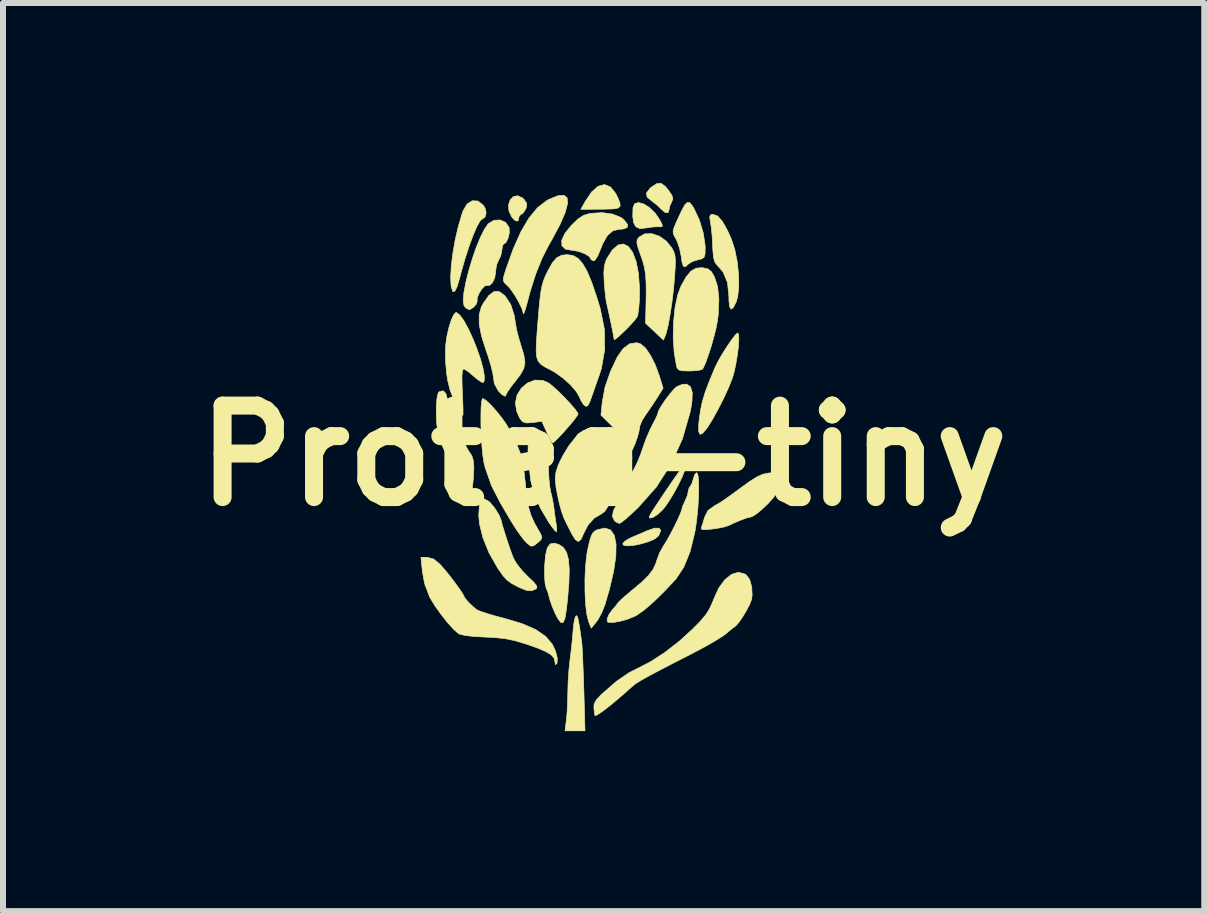
<source format=kicad_pcb>
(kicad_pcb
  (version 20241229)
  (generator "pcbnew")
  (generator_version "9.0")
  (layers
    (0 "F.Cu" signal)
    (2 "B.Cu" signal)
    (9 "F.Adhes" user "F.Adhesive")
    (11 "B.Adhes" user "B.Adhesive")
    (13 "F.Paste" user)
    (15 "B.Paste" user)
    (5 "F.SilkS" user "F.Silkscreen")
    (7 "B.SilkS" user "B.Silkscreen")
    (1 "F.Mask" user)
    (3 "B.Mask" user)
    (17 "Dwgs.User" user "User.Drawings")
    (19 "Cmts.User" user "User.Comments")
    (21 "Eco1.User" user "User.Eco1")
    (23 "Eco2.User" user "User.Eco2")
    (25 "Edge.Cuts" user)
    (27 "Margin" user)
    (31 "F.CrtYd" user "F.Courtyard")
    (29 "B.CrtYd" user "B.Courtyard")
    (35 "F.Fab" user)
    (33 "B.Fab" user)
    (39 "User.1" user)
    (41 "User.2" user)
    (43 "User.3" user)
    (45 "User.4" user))
  (footprint "Protea-tiny"
    (layer "F.Cu")
    (at 7.01 4.545)
    (property "Reference" "Protea-tiny" (at 0 0 0) (layer "F.SilkS") (effects (font (size 1.524 1.524) (thickness 0.3))))
    (attr through_hole)
    (fp_poly (pts (xy 0.114 -4.479) (xy 0.202 -4.371) (xy 0.24 -4.293) (xy 0.272 -4.212) (xy 0.276 -4.159) (xy 0.243 -4.128) (xy 0.164 -4.113) (xy 0.028 -4.109) (xy -0.048 -4.108) (xy -0.379 -4.106) (xy -0.309 -4.232) (xy -0.2 -4.395) (xy -0.09 -4.491) (xy 0.015 -4.519) (xy 0.114 -4.479)) (stroke (width 0.01) (type solid)) (fill yes) (layer "F.SilkS"))
    (fp_poly (pts (xy -1.35 -4.295) (xy -1.323 -4.268) (xy -1.28 -4.202) (xy -1.29 -4.131) (xy -1.299 -4.11) (xy -1.34 -4.045) (xy -1.375 -4.022) (xy -1.407 -3.993) (xy -1.411 -3.971) (xy -1.427 -3.912) (xy -1.47 -3.915) (xy -1.526 -3.97) (xy -1.577 -4.075) (xy -1.585 -4.176) (xy -1.558 -4.261) (xy -1.504 -4.318) (xy -1.432 -4.333) (xy -1.35 -4.295)) (stroke (width 0.01) (type solid)) (fill yes) (layer "F.SilkS"))
    (fp_poly (pts (xy 0.926 1.208) (xy 0.953 1.247) (xy 0.924 1.32) (xy 0.907 1.344) (xy 0.847 1.39) (xy 0.75 1.432) (xy 0.632 1.468) (xy 0.512 1.493) (xy 0.408 1.503) (xy 0.338 1.494) (xy 0.318 1.471) (xy 0.347 1.431) (xy 0.423 1.383) (xy 0.467 1.362) (xy 0.589 1.31) (xy 0.704 1.26) (xy 0.729 1.249) (xy 0.849 1.208) (xy 0.926 1.208)) (stroke (width 0.01) (type solid)) (fill yes) (layer "F.SilkS"))
    (fp_poly (pts (xy 1.029 -4.487) (xy 1.081 -4.424) (xy 1.139 -4.339) (xy 1.155 -4.281) (xy 1.135 -4.231) (xy 1.101 -4.154) (xy 1.094 -4.112) (xy 1.076 -4.052) (xy 1.028 -4.051) (xy 0.967 -4.104) (xy 0.885 -4.182) (xy 0.803 -4.244) (xy 0.724 -4.313) (xy 0.715 -4.381) (xy 0.774 -4.457) (xy 0.799 -4.478) (xy 0.888 -4.536) (xy 0.959 -4.54) (xy 1.029 -4.487)) (stroke (width 0.01) (type solid)) (fill yes) (layer "F.SilkS"))
    (fp_poly (pts (xy 0.667 -4.196) (xy 0.762 -4.137) (xy 0.856 -4.047) (xy 0.918 -3.96) (xy 0.968 -3.871) (xy 0.982 -3.827) (xy 0.957 -3.814) (xy 0.908 -3.816) (xy 0.819 -3.812) (xy 0.71 -3.796) (xy 0.703 -3.795) (xy 0.604 -3.786) (xy 0.543 -3.813) (xy 0.531 -3.825) (xy 0.499 -3.889) (xy 0.486 -3.99) (xy 0.49 -4.134) (xy 0.518 -4.2) (xy 0.581 -4.219) (xy 0.667 -4.196)) (stroke (width 0.01) (type solid)) (fill yes) (layer "F.SilkS"))
    (fp_poly (pts (xy 1.353 0.204) (xy 1.349 0.252) (xy 1.314 0.344) (xy 1.257 0.463) (xy 1.187 0.595) (xy 1.111 0.724) (xy 1.038 0.834) (xy 0.981 0.905) (xy 0.9 0.979) (xy 0.826 1.027) (xy 0.808 1.034) (xy 0.763 1.039) (xy 0.767 1.005) (xy 0.782 0.975) (xy 0.815 0.92) (xy 0.878 0.823) (xy 0.961 0.698) (xy 1.053 0.562) (xy 1.144 0.428) (xy 1.224 0.313) (xy 1.283 0.23) (xy 1.307 0.2) (xy 1.345 0.194) (xy 1.353 0.204)) (stroke (width 0.01) (type solid)) (fill yes) (layer "F.SilkS"))
    (fp_poly (pts (xy 0.117 1.238) (xy 0.179 1.329) (xy 0.208 1.476) (xy 0.204 1.676) (xy 0.167 1.928) (xy 0.097 2.229) (xy 0.021 2.487) (xy -0.029 2.614) (xy -0.093 2.731) (xy -0.12 2.769) (xy -0.206 2.875) (xy -0.248 2.769) (xy -0.279 2.647) (xy -0.3 2.474) (xy -0.31 2.269) (xy -0.311 2.049) (xy -0.3 1.834) (xy -0.279 1.643) (xy -0.266 1.57) (xy -0.233 1.424) (xy -0.204 1.332) (xy -0.172 1.277) (xy -0.129 1.245) (xy -0.105 1.234) (xy 0.022 1.206) (xy 0.117 1.238)) (stroke (width 0.01) (type solid)) (fill yes) (layer "F.SilkS"))
    (fp_poly (pts (xy -0.743 1.481) (xy -0.67 1.53) (xy -0.618 1.611) (xy -0.585 1.732) (xy -0.572 1.899) (xy -0.578 2.118) (xy -0.601 2.396) (xy -0.621 2.574) (xy -0.644 2.712) (xy -0.674 2.78) (xy -0.714 2.78) (xy -0.765 2.711) (xy -0.806 2.632) (xy -0.855 2.516) (xy -0.893 2.408) (xy -0.901 2.376) (xy -0.93 2.273) (xy -0.959 2.2) (xy -0.975 2.13) (xy -0.984 2.012) (xy -0.984 1.87) (xy -0.983 1.839) (xy -0.967 1.655) (xy -0.938 1.535) (xy -0.89 1.471) (xy -0.82 1.458) (xy -0.743 1.481)) (stroke (width 0.01) (type solid)) (fill yes) (layer "F.SilkS"))
    (fp_poly (pts (xy -2.095 -4.244) (xy -2.008 -4.178) (xy -1.976 -4.129) (xy -1.958 -4.054) (xy -1.971 -3.985) (xy -2.01 -3.951) (xy -2.014 -3.951) (xy -2.055 -3.918) (xy -2.108 -3.826) (xy -2.17 -3.685) (xy -2.238 -3.503) (xy -2.307 -3.29) (xy -2.374 -3.057) (xy -2.402 -2.949) (xy -2.442 -2.816) (xy -2.479 -2.743) (xy -2.51 -2.734) (xy -2.516 -2.741) (xy -2.542 -2.831) (xy -2.549 -2.975) (xy -2.539 -3.159) (xy -2.513 -3.37) (xy -2.474 -3.594) (xy -2.422 -3.818) (xy -2.36 -4.028) (xy -2.343 -4.08) (xy -2.276 -4.193) (xy -2.189 -4.249) (xy -2.095 -4.244)) (stroke (width 0.01) (type solid)) (fill yes) (layer "F.SilkS"))
    (fp_poly (pts (xy -0.434 2.69) (xy -0.419 2.752) (xy -0.4 2.86) (xy -0.376 3.026) (xy -0.363 3.122) (xy -0.358 3.19) (xy -0.351 3.315) (xy -0.344 3.485) (xy -0.336 3.686) (xy -0.329 3.905) (xy -0.329 3.907) (xy -0.31 4.586) (xy -0.643 4.586) (xy -0.62 4.401) (xy -0.608 4.271) (xy -0.6 4.105) (xy -0.596 3.939) (xy -0.596 3.933) (xy -0.591 3.754) (xy -0.577 3.561) (xy -0.56 3.404) (xy -0.539 3.234) (xy -0.52 3.051) (xy -0.51 2.931) (xy -0.498 2.808) (xy -0.48 2.714) (xy -0.463 2.672) (xy -0.448 2.667) (xy -0.434 2.69)) (stroke (width 0.01) (type solid)) (fill yes) (layer "F.SilkS"))
    (fp_poly (pts (xy 1.434 -4.218) (xy 1.476 -4.169) (xy 1.506 -4.12) (xy 1.596 -3.929) (xy 1.661 -3.712) (xy 1.692 -3.507) (xy 1.693 -3.463) (xy 1.691 -3.359) (xy 1.674 -3.304) (xy 1.631 -3.279) (xy 1.573 -3.266) (xy 1.479 -3.236) (xy 1.413 -3.194) (xy 1.41 -3.192) (xy 1.363 -3.148) (xy 1.33 -3.157) (xy 1.307 -3.227) (xy 1.294 -3.32) (xy 1.267 -3.452) (xy 1.225 -3.575) (xy 1.205 -3.614) (xy 1.169 -3.68) (xy 1.157 -3.733) (xy 1.171 -3.795) (xy 1.212 -3.893) (xy 1.224 -3.919) (xy 1.298 -4.078) (xy 1.352 -4.178) (xy 1.395 -4.222) (xy 1.434 -4.218)) (stroke (width 0.01) (type solid)) (fill yes) (layer "F.SilkS"))
    (fp_poly (pts (xy 1.901 -3.994) (xy 1.979 -3.907) (xy 2.063 -3.757) (xy 2.13 -3.609) (xy 2.187 -3.434) (xy 2.228 -3.229) (xy 2.25 -3.017) (xy 2.253 -2.816) (xy 2.235 -2.648) (xy 2.211 -2.566) (xy 2.162 -2.469) (xy 2.125 -2.442) (xy 2.1 -2.483) (xy 2.089 -2.592) (xy 2.088 -2.66) (xy 2.065 -2.885) (xy 1.991 -3.063) (xy 1.892 -3.176) (xy 1.855 -3.224) (xy 1.833 -3.301) (xy 1.821 -3.425) (xy 1.818 -3.494) (xy 1.81 -3.645) (xy 1.797 -3.788) (xy 1.782 -3.889) (xy 1.768 -3.976) (xy 1.78 -4.013) (xy 1.824 -4.022) (xy 1.827 -4.022) (xy 1.901 -3.994)) (stroke (width 0.01) (type solid)) (fill yes) (layer "F.SilkS"))
    (fp_poly (pts (xy -1.12 -0.353) (xy -1.099 -0.343) (xy -1.018 -0.263) (xy -0.959 -0.124) (xy -0.925 0.067) (xy -0.918 0.229) (xy -0.911 0.379) (xy -0.896 0.522) (xy -0.878 0.615) (xy -0.85 0.736) (xy -0.831 0.849) (xy -0.829 0.862) (xy -0.816 0.969) (xy -0.797 1.095) (xy -0.793 1.12) (xy -0.781 1.211) (xy -0.782 1.264) (xy -0.787 1.27) (xy -0.816 1.243) (xy -0.869 1.174) (xy -0.914 1.11) (xy -1.053 0.875) (xy -1.155 0.64) (xy -1.212 0.426) (xy -1.215 0.406) (xy -1.247 0.132) (xy -1.26 -0.078) (xy -1.255 -0.228) (xy -1.23 -0.321) (xy -1.185 -0.361) (xy -1.12 -0.353)) (stroke (width 0.01) (type solid)) (fill yes) (layer "F.SilkS"))
    (fp_poly (pts (xy -1.013 -1.255) (xy -0.916 -1.212) (xy -0.841 -1.152) (xy -0.746 -1.065) (xy -0.645 -0.963) (xy -0.549 -0.861) (xy -0.473 -0.772) (xy -0.43 -0.711) (xy -0.424 -0.695) (xy -0.447 -0.656) (xy -0.504 -0.581) (xy -0.583 -0.487) (xy -0.67 -0.388) (xy -0.753 -0.299) (xy -0.818 -0.235) (xy -0.85 -0.212) (xy -0.872 -0.241) (xy -0.911 -0.316) (xy -0.948 -0.392) (xy -1.03 -0.573) (xy -1.182 -0.552) (xy -1.284 -0.545) (xy -1.35 -0.565) (xy -1.399 -0.627) (xy -1.446 -0.734) (xy -1.471 -0.877) (xy -1.442 -1.011) (xy -1.37 -1.127) (xy -1.267 -1.213) (xy -1.144 -1.26) (xy -1.013 -1.255)) (stroke (width 0.01) (type solid)) (fill yes) (layer "F.SilkS"))
    (fp_poly (pts (xy -0.608 -4.299) (xy -0.6 -4.204) (xy -0.639 -4.056) (xy -0.725 -3.857) (xy -0.858 -3.607) (xy -0.92 -3.498) (xy -1.028 -3.286) (xy -1.132 -3.025) (xy -1.223 -2.739) (xy -1.252 -2.628) (xy -1.287 -2.498) (xy -1.315 -2.406) (xy -1.333 -2.364) (xy -1.337 -2.367) (xy -1.36 -2.448) (xy -1.414 -2.561) (xy -1.484 -2.681) (xy -1.557 -2.785) (xy -1.607 -2.838) (xy -1.655 -2.883) (xy -1.673 -2.926) (xy -1.664 -2.988) (xy -1.634 -3.087) (xy -1.507 -3.444) (xy -1.377 -3.735) (xy -1.242 -3.964) (xy -1.1 -4.135) (xy -0.947 -4.252) (xy -0.915 -4.27) (xy -0.765 -4.332) (xy -0.663 -4.341) (xy -0.608 -4.299)) (stroke (width 0.01) (type solid)) (fill yes) (layer "F.SilkS"))
    (fp_poly (pts (xy 0.15 -4.027) (xy 0.291 -3.97) (xy 0.341 -3.93) (xy 0.4 -3.853) (xy 0.393 -3.802) (xy 0.321 -3.777) (xy 0.269 -3.775) (xy 0.157 -3.75) (xy 0.065 -3.672) (xy -0.014 -3.534) (xy -0.055 -3.431) (xy -0.098 -3.329) (xy -0.141 -3.262) (xy -0.166 -3.246) (xy -0.208 -3.267) (xy -0.212 -3.28) (xy -0.242 -3.323) (xy -0.318 -3.368) (xy -0.416 -3.405) (xy -0.511 -3.422) (xy -0.52 -3.422) (xy -0.636 -3.443) (xy -0.695 -3.5) (xy -0.698 -3.59) (xy -0.644 -3.706) (xy -0.538 -3.838) (xy -0.429 -3.943) (xy -0.337 -4.004) (xy -0.239 -4.035) (xy -0.218 -4.039) (xy -0.026 -4.051) (xy 0.15 -4.027)) (stroke (width 0.01) (type solid)) (fill yes) (layer "F.SilkS"))
    (fp_poly (pts (xy 0.928 -3.659) (xy 1.047 -3.574) (xy 1.13 -3.473) (xy 1.167 -3.407) (xy 1.188 -3.344) (xy 1.197 -3.263) (xy 1.194 -3.147) (xy 1.185 -3.004) (xy 1.167 -2.788) (xy 1.141 -2.569) (xy 1.11 -2.362) (xy 1.078 -2.184) (xy 1.046 -2.053) (xy 1.033 -2.013) (xy 0.999 -1.927) (xy 0.849 -2.067) (xy 0.699 -2.207) (xy 0.706 -2.488) (xy 0.71 -2.715) (xy 0.708 -2.887) (xy 0.699 -3.022) (xy 0.681 -3.136) (xy 0.652 -3.244) (xy 0.619 -3.339) (xy 0.575 -3.465) (xy 0.555 -3.544) (xy 0.558 -3.593) (xy 0.58 -3.631) (xy 0.589 -3.641) (xy 0.683 -3.697) (xy 0.801 -3.701) (xy 0.928 -3.659)) (stroke (width 0.01) (type solid)) (fill yes) (layer "F.SilkS"))
    (fp_poly (pts (xy 2.252 -2.014) (xy 2.254 -1.929) (xy 2.246 -1.807) (xy 2.227 -1.664) (xy 2.202 -1.515) (xy 2.171 -1.377) (xy 2.145 -1.291) (xy 2.084 -1.136) (xy 1.999 -0.952) (xy 1.903 -0.763) (xy 1.807 -0.591) (xy 1.724 -0.46) (xy 1.716 -0.45) (xy 1.649 -0.372) (xy 1.606 -0.355) (xy 1.585 -0.402) (xy 1.585 -0.513) (xy 1.592 -0.591) (xy 1.614 -0.75) (xy 1.645 -0.9) (xy 1.693 -1.058) (xy 1.762 -1.241) (xy 1.857 -1.469) (xy 1.863 -1.482) (xy 1.911 -1.579) (xy 1.979 -1.696) (xy 2.055 -1.817) (xy 2.129 -1.925) (xy 2.191 -2.007) (xy 2.231 -2.045) (xy 2.236 -2.046) (xy 2.252 -2.014)) (stroke (width 0.01) (type solid)) (fill yes) (layer "F.SilkS"))
    (fp_poly (pts (xy 1.648 -3.133) (xy 1.736 -3.115) (xy 1.795 -3.069) (xy 1.847 -2.982) (xy 1.9 -2.82) (xy 1.922 -2.607) (xy 1.911 -2.354) (xy 1.897 -2.243) (xy 1.874 -2.123) (xy 1.837 -1.977) (xy 1.793 -1.821) (xy 1.745 -1.673) (xy 1.7 -1.548) (xy 1.662 -1.464) (xy 1.643 -1.438) (xy 1.588 -1.423) (xy 1.489 -1.414) (xy 1.421 -1.412) (xy 1.31 -1.415) (xy 1.251 -1.431) (xy 1.223 -1.467) (xy 1.216 -1.49) (xy 1.177 -1.714) (xy 1.16 -1.964) (xy 1.165 -2.221) (xy 1.19 -2.465) (xy 1.234 -2.677) (xy 1.289 -2.825) (xy 1.376 -2.98) (xy 1.457 -3.077) (xy 1.541 -3.125) (xy 1.64 -3.134) (xy 1.648 -3.133)) (stroke (width 0.01) (type solid)) (fill yes) (layer "F.SilkS"))
    (fp_poly (pts (xy -1.656 -2.676) (xy -1.64 -2.66) (xy -1.548 -2.521) (xy -1.488 -2.334) (xy -1.468 -2.203) (xy -1.448 -2.091) (xy -1.411 -1.949) (xy -1.379 -1.843) (xy -1.329 -1.679) (xy -1.311 -1.557) (xy -1.329 -1.456) (xy -1.385 -1.354) (xy -1.464 -1.25) (xy -1.542 -1.15) (xy -1.599 -1.068) (xy -1.623 -1.023) (xy -1.623 -1.022) (xy -1.641 -0.99) (xy -1.691 -1.016) (xy -1.755 -1.08) (xy -1.821 -1.202) (xy -1.834 -1.289) (xy -1.846 -1.373) (xy -1.878 -1.502) (xy -1.924 -1.655) (xy -1.958 -1.754) (xy -2.035 -1.995) (xy -2.073 -2.188) (xy -2.074 -2.345) (xy -2.038 -2.478) (xy -2.006 -2.539) (xy -1.912 -2.671) (xy -1.826 -2.736) (xy -1.743 -2.737) (xy -1.656 -2.676)) (stroke (width 0.01) (type solid)) (fill yes) (layer "F.SilkS"))
    (fp_poly (pts (xy -1.909 0.764) (xy -1.892 0.78) (xy -1.812 0.877) (xy -1.745 0.984) (xy -1.709 1.072) (xy -1.708 1.076) (xy -1.69 1.148) (xy -1.655 1.264) (xy -1.611 1.402) (xy -1.564 1.541) (xy -1.522 1.658) (xy -1.502 1.71) (xy -1.446 1.805) (xy -1.356 1.918) (xy -1.261 2.016) (xy -1.165 2.107) (xy -1.118 2.166) (xy -1.111 2.202) (xy -1.129 2.221) (xy -1.201 2.252) (xy -1.287 2.244) (xy -1.407 2.195) (xy -1.424 2.187) (xy -1.531 2.13) (xy -1.608 2.074) (xy -1.675 2.002) (xy -1.752 1.892) (xy -1.774 1.858) (xy -1.911 1.616) (xy -2.011 1.368) (xy -2.069 1.133) (xy -2.081 0.992) (xy -2.07 0.836) (xy -2.038 0.745) (xy -1.984 0.721) (xy -1.909 0.764)) (stroke (width 0.01) (type solid)) (fill yes) (layer "F.SilkS"))
    (fp_poly (pts (xy 0.413 -3.487) (xy 0.485 -3.388) (xy 0.542 -3.237) (xy 0.581 -3.037) (xy 0.599 -2.791) (xy 0.599 -2.741) (xy 0.596 -2.583) (xy 0.585 -2.445) (xy 0.57 -2.347) (xy 0.561 -2.317) (xy 0.524 -2.266) (xy 0.459 -2.192) (xy 0.379 -2.108) (xy 0.297 -2.029) (xy 0.228 -1.967) (xy 0.185 -1.935) (xy 0.176 -1.937) (xy 0.169 -1.979) (xy 0.152 -2.07) (xy 0.127 -2.191) (xy 0.099 -2.323) (xy 0.073 -2.444) (xy 0.052 -2.536) (xy 0.047 -2.558) (xy 0.036 -2.626) (xy 0.023 -2.742) (xy 0.011 -2.88) (xy 0.01 -2.895) (xy 0.004 -3.053) (xy 0.013 -3.165) (xy 0.039 -3.253) (xy 0.053 -3.283) (xy 0.147 -3.431) (xy 0.241 -3.512) (xy 0.331 -3.529) (xy 0.413 -3.487)) (stroke (width 0.01) (type solid)) (fill yes) (layer "F.SilkS"))
    (fp_poly (pts (xy 0.613 -1.865) (xy 0.694 -1.799) (xy 0.779 -1.677) (xy 0.861 -1.515) (xy 0.929 -1.33) (xy 0.992 -1.125) (xy 0.9 -0.977) (xy 0.818 -0.851) (xy 0.728 -0.719) (xy 0.705 -0.688) (xy 0.644 -0.591) (xy 0.607 -0.505) (xy 0.601 -0.476) (xy 0.589 -0.402) (xy 0.561 -0.302) (xy 0.525 -0.199) (xy 0.488 -0.115) (xy 0.458 -0.072) (xy 0.454 -0.071) (xy 0.416 -0.096) (xy 0.372 -0.149) (xy 0.331 -0.224) (xy 0.318 -0.274) (xy 0.294 -0.32) (xy 0.231 -0.398) (xy 0.144 -0.491) (xy 0.137 -0.498) (xy -0.044 -0.676) (xy -0.022 -0.894) (xy 0.024 -1.143) (xy 0.115 -1.405) (xy 0.227 -1.642) (xy 0.325 -1.784) (xy 0.436 -1.866) (xy 0.552 -1.883) (xy 0.613 -1.865)) (stroke (width 0.01) (type solid)) (fill yes) (layer "F.SilkS"))
    (fp_poly (pts (xy 2.88 0.298) (xy 2.902 0.351) (xy 2.911 0.397) (xy 2.908 0.553) (xy 2.879 0.627) (xy 2.825 0.705) (xy 2.74 0.799) (xy 2.642 0.892) (xy 2.548 0.97) (xy 2.473 1.016) (xy 2.448 1.023) (xy 2.385 1.037) (xy 2.282 1.075) (xy 2.16 1.127) (xy 2.074 1.168) (xy 2.006 1.189) (xy 1.897 1.21) (xy 1.812 1.222) (xy 1.7 1.233) (xy 1.643 1.231) (xy 1.627 1.212) (xy 1.635 1.184) (xy 1.662 1.102) (xy 1.682 1.029) (xy 1.74 0.913) (xy 1.856 0.829) (xy 1.887 0.814) (xy 1.943 0.781) (xy 2.041 0.715) (xy 2.164 0.627) (xy 2.273 0.546) (xy 2.433 0.43) (xy 2.554 0.354) (xy 2.651 0.31) (xy 2.738 0.291) (xy 2.738 0.29) (xy 2.833 0.283) (xy 2.88 0.298)) (stroke (width 0.01) (type solid)) (fill yes) (layer "F.SilkS"))
    (fp_poly (pts (xy -0.076 -0.425) (xy 0.069 -0.332) (xy 0.196 -0.189) (xy 0.207 -0.174) (xy 0.297 -0.018) (xy 0.338 0.109) (xy 0.332 0.226) (xy 0.286 0.346) (xy 0.24 0.454) (xy 0.214 0.551) (xy 0.212 0.576) (xy 0.193 0.66) (xy 0.163 0.702) (xy 0.114 0.763) (xy 0.071 0.847) (xy 0.02 0.927) (xy -0.04 0.972) (xy -0.155 1.039) (xy -0.258 1.153) (xy -0.329 1.29) (xy -0.376 1.395) (xy -0.421 1.431) (xy -0.471 1.398) (xy -0.523 1.316) (xy -0.606 1.156) (xy -0.663 1.034) (xy -0.703 0.923) (xy -0.736 0.8) (xy -0.755 0.718) (xy -0.792 0.533) (xy -0.806 0.393) (xy -0.794 0.274) (xy -0.755 0.154) (xy -0.686 0.012) (xy -0.581 -0.163) (xy -0.466 -0.307) (xy -0.353 -0.408) (xy -0.25 -0.456) (xy -0.225 -0.459) (xy -0.076 -0.425)) (stroke (width 0.01) (type solid)) (fill yes) (layer "F.SilkS"))
    (fp_poly (pts (xy -2.453 -2.388) (xy -2.394 -2.341) (xy -2.325 -2.244) (xy -2.252 -2.109) (xy -2.178 -1.95) (xy -2.11 -1.78) (xy -2.052 -1.611) (xy -2.01 -1.458) (xy -1.987 -1.332) (xy -1.99 -1.246) (xy -2.007 -1.219) (xy -2.045 -1.232) (xy -2.115 -1.282) (xy -2.165 -1.325) (xy -2.248 -1.395) (xy -2.314 -1.439) (xy -2.336 -1.446) (xy -2.353 -1.418) (xy -2.361 -1.332) (xy -2.359 -1.182) (xy -2.354 -1.058) (xy -2.347 -0.903) (xy -2.343 -0.777) (xy -2.343 -0.695) (xy -2.346 -0.67) (xy -2.371 -0.698) (xy -2.41 -0.764) (xy -2.412 -0.767) (xy -2.501 -0.944) (xy -2.559 -1.094) (xy -2.597 -1.248) (xy -2.617 -1.376) (xy -2.632 -1.544) (xy -2.637 -1.719) (xy -2.631 -1.852) (xy -2.61 -1.998) (xy -2.577 -2.14) (xy -2.538 -2.263) (xy -2.498 -2.35) (xy -2.461 -2.388) (xy -2.453 -2.388)) (stroke (width 0.01) (type solid)) (fill yes) (layer "F.SilkS"))
    (fp_poly (pts (xy -1.634 -3.889) (xy -1.577 -3.806) (xy -1.574 -3.797) (xy -1.571 -3.714) (xy -1.592 -3.624) (xy -1.627 -3.553) (xy -1.664 -3.528) (xy -1.686 -3.497) (xy -1.694 -3.431) (xy -1.714 -3.331) (xy -1.747 -3.265) (xy -1.782 -3.184) (xy -1.799 -3.077) (xy -1.799 -3.065) (xy -1.814 -2.966) (xy -1.852 -2.884) (xy -1.9 -2.838) (xy -1.938 -2.839) (xy -1.981 -2.829) (xy -2.032 -2.776) (xy -2.079 -2.699) (xy -2.108 -2.622) (xy -2.107 -2.572) (xy -2.121 -2.527) (xy -2.169 -2.473) (xy -2.226 -2.437) (xy -2.243 -2.434) (xy -2.297 -2.462) (xy -2.326 -2.5) (xy -2.34 -2.581) (xy -2.329 -2.713) (xy -2.298 -2.881) (xy -2.251 -3.071) (xy -2.192 -3.27) (xy -2.126 -3.463) (xy -2.055 -3.636) (xy -1.985 -3.776) (xy -1.923 -3.865) (xy -1.829 -3.923) (xy -1.725 -3.929) (xy -1.634 -3.889)) (stroke (width 0.01) (type solid)) (fill yes) (layer "F.SilkS"))
    (fp_poly (pts (xy 1.448 -1.151) (xy 1.478 -1.05) (xy 1.472 -0.891) (xy 1.446 -0.741) (xy 1.315 -0.283) (xy 1.125 0.139) (xy 0.879 0.522) (xy 0.584 0.855) (xy 0.468 0.966) (xy 0.368 1.055) (xy 0.295 1.112) (xy 0.265 1.129) (xy 0.208 1.106) (xy 0.183 1.087) (xy 0.147 1.013) (xy 0.164 0.914) (xy 0.238 0.784) (xy 0.269 0.741) (xy 0.303 0.678) (xy 0.347 0.577) (xy 0.372 0.512) (xy 0.426 0.381) (xy 0.487 0.255) (xy 0.512 0.212) (xy 0.564 0.108) (xy 0.619 -0.028) (xy 0.651 -0.123) (xy 0.705 -0.275) (xy 0.773 -0.433) (xy 0.813 -0.512) (xy 0.864 -0.611) (xy 0.898 -0.684) (xy 0.905 -0.71) (xy 0.92 -0.757) (xy 0.968 -0.84) (xy 1.036 -0.939) (xy 1.111 -1.037) (xy 1.179 -1.115) (xy 1.219 -1.151) (xy 1.31 -1.188) (xy 1.383 -1.193) (xy 1.448 -1.151)) (stroke (width 0.01) (type solid)) (fill yes) (layer "F.SilkS"))
    (fp_poly (pts (xy -2.628 -1.034) (xy -2.616 -0.986) (xy -2.585 -0.887) (xy -2.554 -0.831) (xy -2.515 -0.754) (xy -2.505 -0.707) (xy -2.491 -0.644) (xy -2.454 -0.537) (xy -2.404 -0.408) (xy -2.348 -0.276) (xy -2.295 -0.161) (xy -2.253 -0.084) (xy -2.244 -0.071) (xy -2.195 0.002) (xy -2.169 0.091) (xy -2.162 0.214) (xy -2.172 0.388) (xy -2.172 0.396) (xy -2.189 0.546) (xy -2.207 0.633) (xy -2.232 0.665) (xy -2.266 0.647) (xy -2.285 0.626) (xy -2.316 0.576) (xy -2.368 0.48) (xy -2.433 0.353) (xy -2.468 0.282) (xy -2.536 0.143) (xy -2.596 0.022) (xy -2.639 -0.062) (xy -2.651 -0.084) (xy -2.686 -0.159) (xy -2.728 -0.264) (xy -2.74 -0.296) (xy -2.765 -0.399) (xy -2.781 -0.536) (xy -2.789 -0.687) (xy -2.787 -0.833) (xy -2.777 -0.958) (xy -2.758 -1.042) (xy -2.742 -1.065) (xy -2.673 -1.082) (xy -2.628 -1.034)) (stroke (width 0.01) (type solid)) (fill yes) (layer "F.SilkS"))
    (fp_poly (pts (xy -1.965 -0.926) (xy -1.886 -0.853) (xy -1.791 -0.748) (xy -1.691 -0.623) (xy -1.625 -0.529) (xy -1.488 -0.295) (xy -1.392 -0.048) (xy -1.33 0.233) (xy -1.304 0.459) (xy -1.282 0.681) (xy -1.252 0.853) (xy -1.209 0.996) (xy -1.148 1.13) (xy -1.102 1.211) (xy -1.048 1.305) (xy -1.029 1.36) (xy -1.045 1.401) (xy -1.095 1.448) (xy -1.099 1.451) (xy -1.164 1.501) (xy -1.211 1.508) (xy -1.266 1.468) (xy -1.313 1.42) (xy -1.377 1.34) (xy -1.459 1.224) (xy -1.539 1.095) (xy -1.54 1.094) (xy -1.612 0.972) (xy -1.675 0.865) (xy -1.715 0.797) (xy -1.717 0.794) (xy -1.87 0.496) (xy -1.974 0.199) (xy -1.994 0.117) (xy -2.012 0.001) (xy -2.027 -0.148) (xy -2.037 -0.317) (xy -2.044 -0.49) (xy -2.045 -0.654) (xy -2.042 -0.795) (xy -2.034 -0.898) (xy -2.02 -0.949) (xy -2.015 -0.953) (xy -1.965 -0.926)) (stroke (width 0.01) (type solid)) (fill yes) (layer "F.SilkS"))
    (fp_poly (pts (xy -0.511 -3.337) (xy -0.427 -3.29) (xy -0.349 -3.202) (xy -0.273 -3.069) (xy -0.196 -2.884) (xy -0.113 -2.639) (xy -0.056 -2.452) (xy 0.013 -2.109) (xy 0.019 -1.771) (xy -0.037 -1.451) (xy -0.067 -1.358) (xy -0.099 -1.268) (xy -0.143 -1.142) (xy -0.181 -1.032) (xy -0.226 -0.906) (xy -0.26 -0.838) (xy -0.29 -0.82) (xy -0.324 -0.843) (xy -0.34 -0.86) (xy -0.383 -0.931) (xy -0.403 -0.979) (xy -0.456 -1.071) (xy -0.552 -1.181) (xy -0.675 -1.292) (xy -0.808 -1.387) (xy -0.874 -1.425) (xy -0.974 -1.476) (xy -1.045 -1.523) (xy -1.091 -1.576) (xy -1.116 -1.649) (xy -1.124 -1.753) (xy -1.119 -1.901) (xy -1.105 -2.105) (xy -1.102 -2.145) (xy -1.082 -2.39) (xy -1.065 -2.577) (xy -1.047 -2.72) (xy -1.027 -2.829) (xy -1.001 -2.919) (xy -0.968 -3.001) (xy -0.933 -3.073) (xy -0.854 -3.214) (xy -0.781 -3.299) (xy -0.701 -3.341) (xy -0.605 -3.351) (xy -0.511 -3.337)) (stroke (width 0.01) (type solid)) (fill yes) (layer "F.SilkS"))
    (fp_poly (pts (xy -2.832 1.723) (xy -2.728 1.808) (xy -2.654 1.893) (xy -2.567 1.999) (xy -2.48 2.113) (xy -2.404 2.218) (xy -2.349 2.299) (xy -2.328 2.342) (xy -2.328 2.342) (xy -2.304 2.383) (xy -2.245 2.45) (xy -2.169 2.522) (xy -2.114 2.568) (xy -2.059 2.592) (xy -1.951 2.628) (xy -1.806 2.671) (xy -1.643 2.714) (xy -1.356 2.8) (xy -1.133 2.897) (xy -0.968 3.01) (xy -0.855 3.142) (xy -0.801 3.257) (xy -0.772 3.374) (xy -0.775 3.453) (xy -0.779 3.461) (xy -0.803 3.483) (xy -0.811 3.44) (xy -0.811 3.432) (xy -0.826 3.372) (xy -0.875 3.318) (xy -0.967 3.263) (xy -1.111 3.202) (xy -1.292 3.139) (xy -1.477 3.083) (xy -1.644 3.049) (xy -1.828 3.03) (xy -1.976 3.023) (xy -2.162 3.013) (xy -2.308 2.996) (xy -2.4 2.974) (xy -2.417 2.966) (xy -2.497 2.896) (xy -2.599 2.784) (xy -2.708 2.646) (xy -2.811 2.502) (xy -2.892 2.369) (xy -2.9 2.353) (xy -2.983 2.134) (xy -3.02 1.931) (xy -3.044 1.693) (xy -2.94 1.693) (xy -2.832 1.723)) (stroke (width 0.01) (type solid)) (fill yes) (layer "F.SilkS"))
    (fp_poly (pts (xy 2.357 1.973) (xy 2.376 1.985) (xy 2.434 2.064) (xy 2.469 2.186) (xy 2.476 2.324) (xy 2.467 2.393) (xy 2.437 2.472) (xy 2.383 2.578) (xy 2.316 2.688) (xy 2.25 2.784) (xy 2.197 2.842) (xy 2.185 2.85) (xy 2.146 2.878) (xy 2.077 2.936) (xy 2.047 2.962) (xy 1.975 3.014) (xy 1.854 3.089) (xy 1.699 3.178) (xy 1.525 3.271) (xy 1.452 3.309) (xy 1.164 3.456) (xy 0.935 3.575) (xy 0.758 3.669) (xy 0.629 3.741) (xy 0.543 3.794) (xy 0.494 3.83) (xy 0.494 3.831) (xy 0.326 3.98) (xy 0.172 4.111) (xy 0.04 4.217) (xy -0.062 4.292) (xy -0.127 4.33) (xy -0.145 4.33) (xy -0.152 4.293) (xy -0.161 4.216) (xy -0.159 4.143) (xy -0.124 4.074) (xy -0.046 3.988) (xy -0.025 3.969) (xy 0.212 3.762) (xy 0.426 3.615) (xy 0.564 3.546) (xy 0.782 3.434) (xy 1.022 3.278) (xy 1.265 3.089) (xy 1.48 2.893) (xy 1.612 2.759) (xy 1.703 2.651) (xy 1.766 2.552) (xy 1.816 2.441) (xy 1.832 2.399) (xy 1.917 2.21) (xy 2.02 2.068) (xy 2.133 1.977) (xy 2.247 1.943) (xy 2.357 1.973)) (stroke (width 0.01) (type solid)) (fill yes) (layer "F.SilkS"))
    (fp_poly (pts (xy 1.571 0.315) (xy 1.583 0.404) (xy 1.586 0.537) (xy 1.582 0.699) (xy 1.571 0.878) (xy 1.553 1.059) (xy 1.529 1.23) (xy 1.521 1.273) (xy 1.442 1.598) (xy 1.337 1.858) (xy 1.207 2.053) (xy 1.202 2.059) (xy 1.011 2.262) (xy 0.834 2.435) (xy 0.679 2.57) (xy 0.554 2.658) (xy 0.523 2.675) (xy 0.399 2.725) (xy 0.271 2.761) (xy 0.158 2.78) (xy 0.08 2.777) (xy 0.063 2.768) (xy 0.059 2.72) (xy 0.091 2.644) (xy 0.149 2.564) (xy 0.164 2.548) (xy 0.219 2.483) (xy 0.237 2.456) (xy 0.277 2.413) (xy 0.356 2.342) (xy 0.459 2.255) (xy 0.476 2.241) (xy 0.637 2.106) (xy 0.748 1.996) (xy 0.822 1.899) (xy 0.869 1.8) (xy 0.886 1.746) (xy 0.931 1.624) (xy 0.993 1.511) (xy 1.001 1.499) (xy 1.05 1.421) (xy 1.112 1.31) (xy 1.178 1.183) (xy 1.238 1.059) (xy 1.283 0.956) (xy 1.305 0.893) (xy 1.305 0.887) (xy 1.32 0.836) (xy 1.357 0.756) (xy 1.358 0.754) (xy 1.396 0.664) (xy 1.411 0.593) (xy 1.427 0.531) (xy 1.442 0.514) (xy 1.47 0.469) (xy 1.494 0.389) (xy 1.519 0.314) (xy 1.551 0.282) (xy 1.551 0.282) (xy 1.571 0.315)) (stroke (width 0.01) (type solid)) (fill yes) (layer "F.SilkS")))
  (gr_rect
    (start -3 -3)
    (end 17.021 12.136)
    (stroke (width 0.1) (type default))
    (fill no)
    (layer "Edge.Cuts")))
</source>
